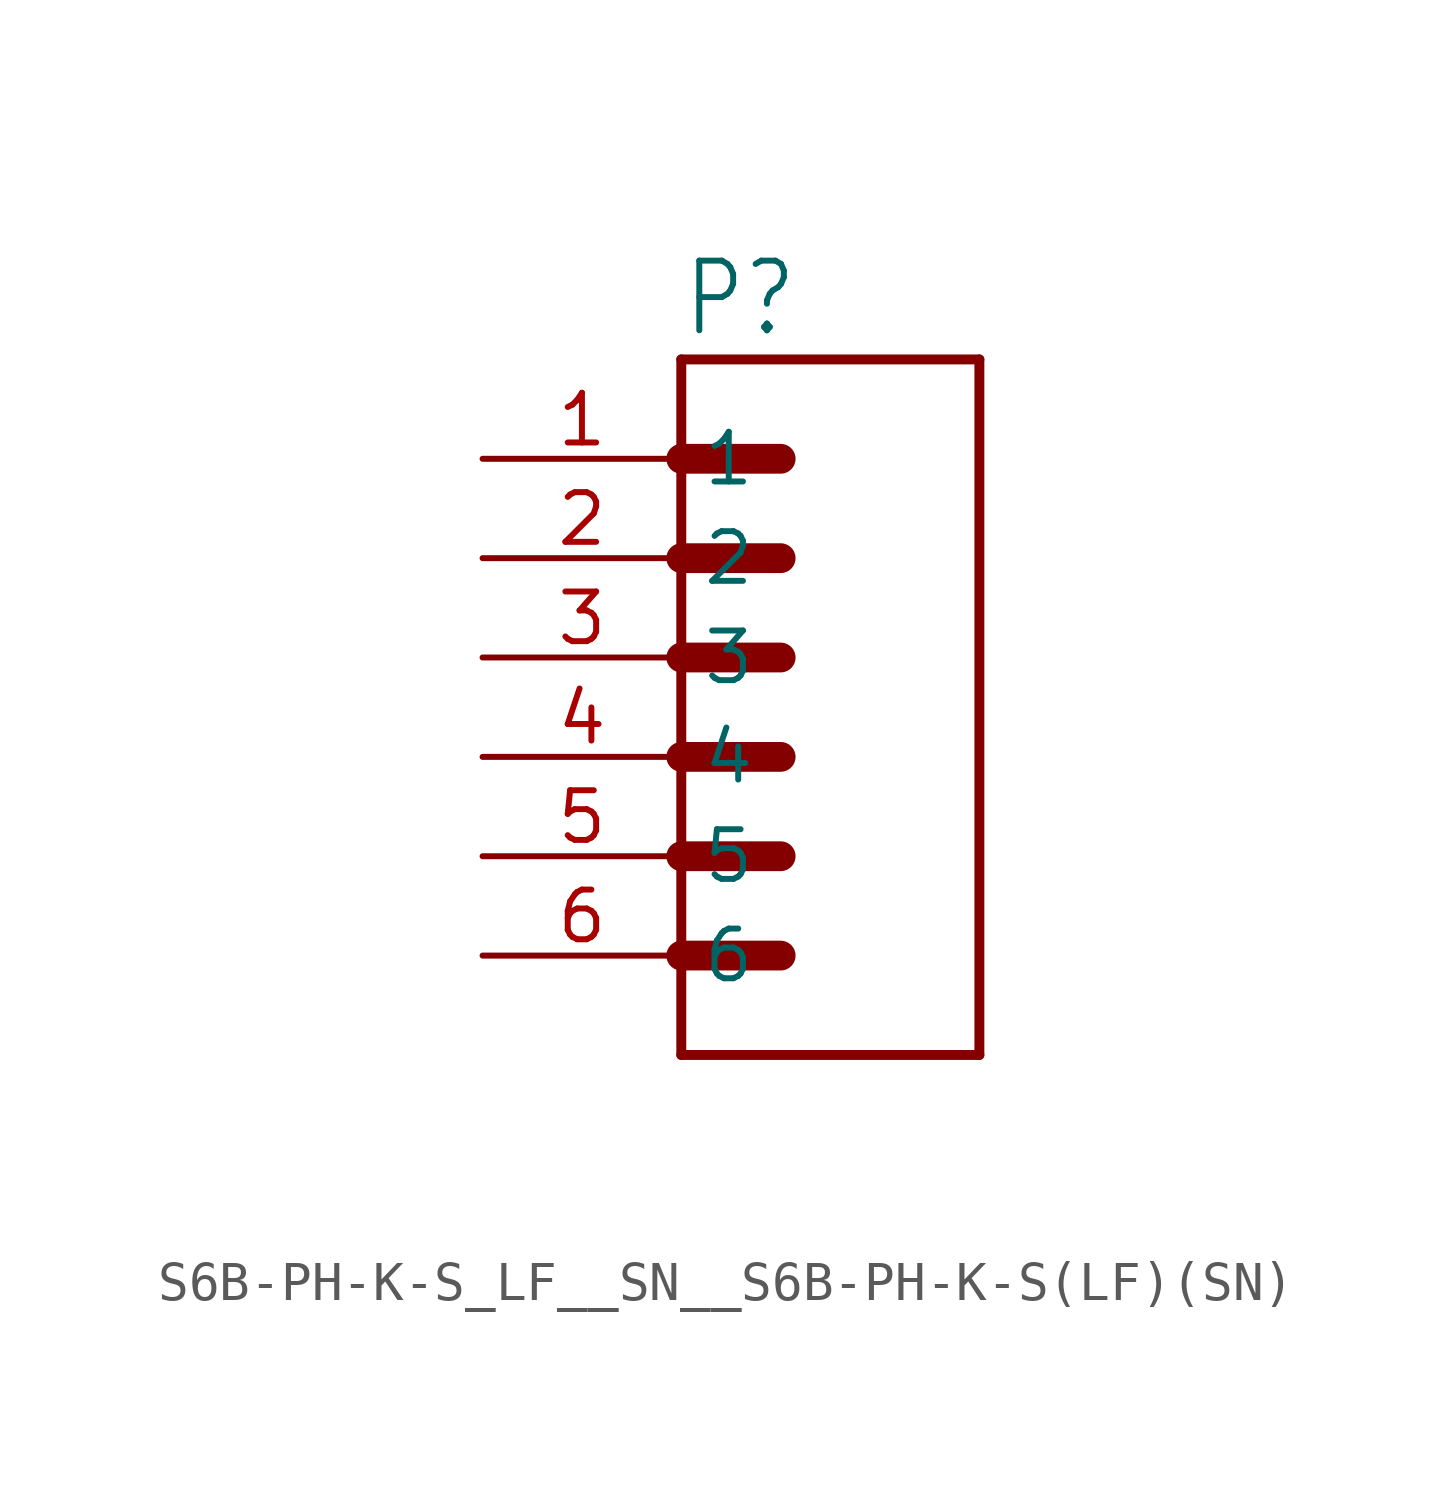
<source format=kicad_sym>
(kicad_symbol_lib
  (version 20231120)
  (generator "kicad_symbol_editor")
  (generator_version "8.0")
  (symbol "S6B-PH-K-S_LF__SN__S6B-PH-K-S(LF)(SN)"
    (property "Reference" "P"
      (at 0 8.14 0)
      (effects (font (size 1.78 1.513)) (justify left bottom)))
    (property "Value" ""
      (at 0 -12.715 0)
      (effects (font (size 1.78 1.513)) (justify left bottom)))
    (property "ki_locked" ""
      (at 0 0 0)
      (effects (font (size 1.27 1.27))))
    (symbol "S6B-PH-K-S_LF__SN__S6B-PH-K-S(LF)(SN)_1_0"
      (polyline (pts (xy 0 -10.16) (xy 7.62 -10.16)) (stroke (width 0.254) (type solid)) (fill (type none)))
      (polyline (pts (xy 0 -7.62) (xy 0 -10.16)) (stroke (width 0.254) (type solid)) (fill (type none)))
      (polyline (pts (xy 0 -7.62) (xy 2.54 -7.62)) (stroke (width 0.762) (type solid)) (fill (type none)))
      (polyline (pts (xy 0 -5.08) (xy 0 -7.62)) (stroke (width 0.254) (type solid)) (fill (type none)))
      (polyline (pts (xy 0 -5.08) (xy 2.54 -5.08)) (stroke (width 0.762) (type solid)) (fill (type none)))
      (polyline (pts (xy 0 -2.54) (xy 0 -5.08)) (stroke (width 0.254) (type solid)) (fill (type none)))
      (polyline (pts (xy 0 -2.54) (xy 2.54 -2.54)) (stroke (width 0.762) (type solid)) (fill (type none)))
      (polyline (pts (xy 0 0) (xy 0 -2.54)) (stroke (width 0.254) (type solid)) (fill (type none)))
      (polyline (pts (xy 0 0) (xy 2.54 0)) (stroke (width 0.762) (type solid)) (fill (type none)))
      (polyline (pts (xy 0 2.54) (xy 0 0)) (stroke (width 0.254) (type solid)) (fill (type none)))
      (polyline (pts (xy 0 2.54) (xy 2.54 2.54)) (stroke (width 0.762) (type solid)) (fill (type none)))
      (polyline (pts (xy 0 5.08) (xy 0 2.54)) (stroke (width 0.254) (type solid)) (fill (type none)))
      (polyline (pts (xy 0 5.08) (xy 2.54 5.08)) (stroke (width 0.762) (type solid)) (fill (type none)))
      (polyline (pts (xy 0 7.62) (xy 0 5.08)) (stroke (width 0.254) (type solid)) (fill (type none)))
      (polyline (pts (xy 7.62 -10.16) (xy 7.62 7.62)) (stroke (width 0.254) (type solid)) (fill (type none)))
      (polyline (pts (xy 7.62 7.62) (xy 0 7.62)) (stroke (width 0.254) (type solid)) (fill (type none)))
      (pin passive line (at -5.08 5.08 0) (length 5.08) (name "1" (effects (font (size 1.27 1.27)))) (number "1" (effects (font (size 1.27 1.27)))))
      (pin passive line (at -5.08 2.54 0) (length 5.08) (name "2" (effects (font (size 1.27 1.27)))) (number "2" (effects (font (size 1.27 1.27)))))
      (pin passive line (at -5.08 0 0) (length 5.08) (name "3" (effects (font (size 1.27 1.27)))) (number "3" (effects (font (size 1.27 1.27)))))
      (pin passive line (at -5.08 -2.54 0) (length 5.08) (name "4" (effects (font (size 1.27 1.27)))) (number "4" (effects (font (size 1.27 1.27)))))
      (pin passive line (at -5.08 -5.08 0) (length 5.08) (name "5" (effects (font (size 1.27 1.27)))) (number "5" (effects (font (size 1.27 1.27)))))
      (pin passive line (at -5.08 -7.62 0) (length 5.08) (name "6" (effects (font (size 1.27 1.27)))) (number "6" (effects (font (size 1.27 1.27))))))))
</source>
